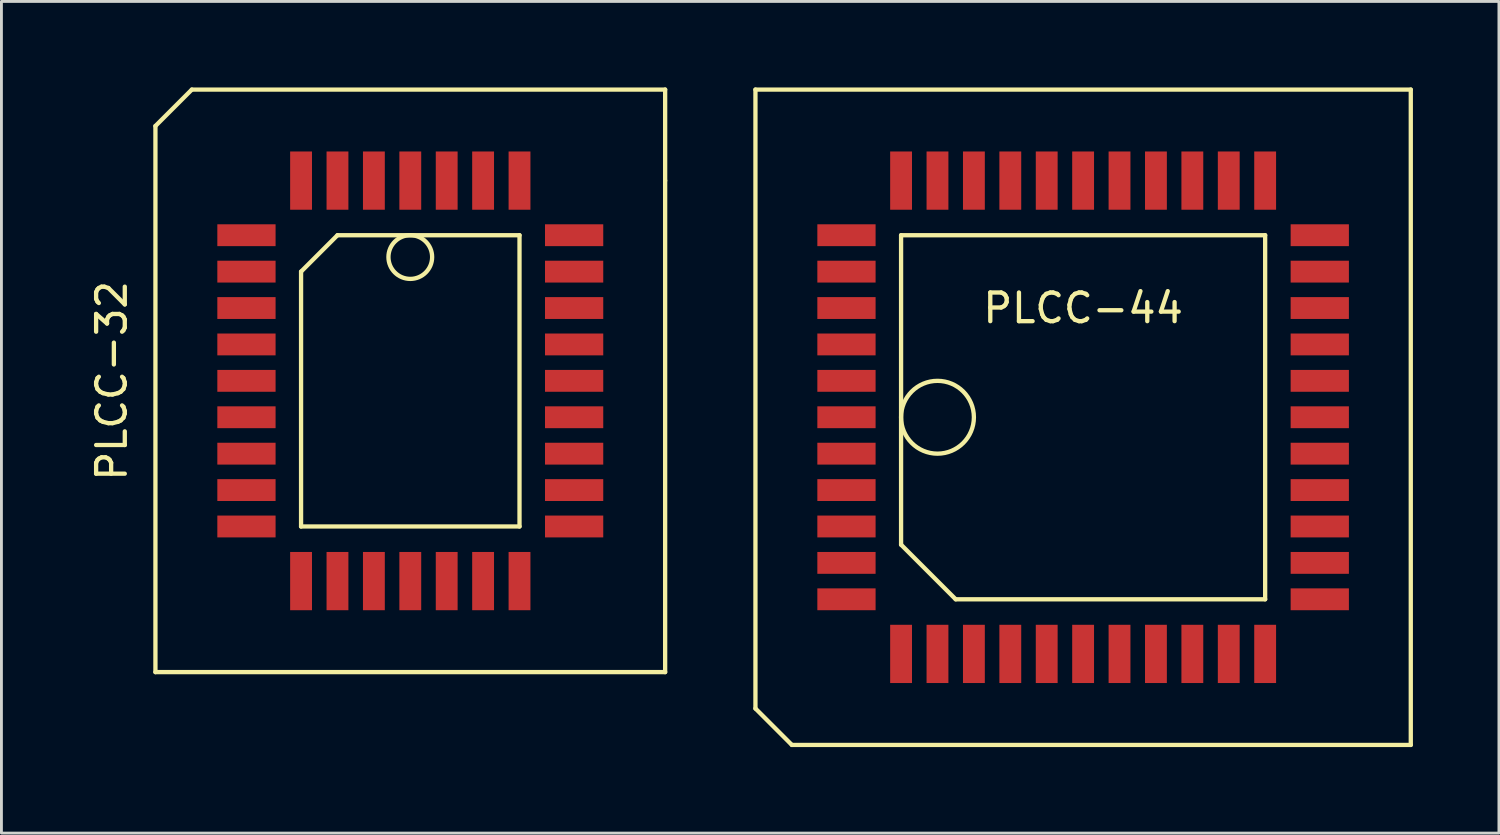
<source format=kicad_pcb>
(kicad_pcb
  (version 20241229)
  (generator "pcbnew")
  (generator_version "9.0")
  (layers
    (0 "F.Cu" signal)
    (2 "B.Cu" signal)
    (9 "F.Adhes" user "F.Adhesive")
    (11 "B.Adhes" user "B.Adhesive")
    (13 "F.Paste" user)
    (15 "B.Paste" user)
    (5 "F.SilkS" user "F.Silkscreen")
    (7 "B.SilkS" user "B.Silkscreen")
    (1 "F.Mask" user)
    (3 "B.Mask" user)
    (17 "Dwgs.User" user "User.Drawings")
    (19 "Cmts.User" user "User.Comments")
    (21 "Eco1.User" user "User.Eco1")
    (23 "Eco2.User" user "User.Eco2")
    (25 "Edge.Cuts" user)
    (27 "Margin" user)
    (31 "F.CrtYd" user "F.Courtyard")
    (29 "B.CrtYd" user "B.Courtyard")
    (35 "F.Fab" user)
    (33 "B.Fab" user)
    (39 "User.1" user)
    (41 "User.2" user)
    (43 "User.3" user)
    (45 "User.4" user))
  (footprint "PLCC-44"
    (layer "F.Cu")
    (at 34.732 11.505)
    (property "Reference" "PLCC-44" (at 0 -3.807 0) (layer "F.SilkS") (effects (font (size 1 1) (thickness 0.15))))
    (attr smd)
    (fp_line (start -11.43 -11.43) (end -11.43 10.16) (stroke (width 0.15) (type solid)) (layer "F.SilkS"))
    (fp_line (start -11.43 10.16) (end -10.16 11.43) (stroke (width 0.15) (type solid)) (layer "F.SilkS"))
    (fp_line (start -10.16 11.43) (end 11.43 11.43) (stroke (width 0.15) (type solid)) (layer "F.SilkS"))
    (fp_line (start -6.35 -6.35) (end 6.35 -6.35) (stroke (width 0.15) (type solid)) (layer "F.SilkS"))
    (fp_line (start -6.35 4.445) (end -6.35 -6.35) (stroke (width 0.15) (type solid)) (layer "F.SilkS"))
    (fp_line (start -4.445 6.35) (end -6.35 4.445) (stroke (width 0.15) (type solid)) (layer "F.SilkS"))
    (fp_line (start -4.445 6.35) (end 6.35 6.35) (stroke (width 0.15) (type solid)) (layer "F.SilkS"))
    (fp_line (start 6.35 -6.35) (end 6.35 6.35) (stroke (width 0.15) (type solid)) (layer "F.SilkS"))
    (fp_line (start 11.43 -11.43) (end -11.43 -11.43) (stroke (width 0.15) (type solid)) (layer "F.SilkS"))
    (fp_line (start 11.43 11.43) (end 11.43 -11.43) (stroke (width 0.15) (type solid)) (layer "F.SilkS"))
    (fp_circle (center -5.08 0) (end -6.35 0) (stroke (width 0.15) (type solid)) (fill no) (layer "F.SilkS"))
    (pad "1" smd rect (at -8.255 0) (size 2.032 0.762) (layers "F.Cu" "F.Mask" "F.Paste"))
    (pad "2" smd rect (at -8.255 1.27) (size 2.032 0.762) (layers "F.Cu" "F.Mask" "F.Paste"))
    (pad "3" smd rect (at -8.255 2.54) (size 2.032 0.762) (layers "F.Cu" "F.Mask" "F.Paste"))
    (pad "4" smd rect (at -8.255 3.81) (size 2.032 0.762) (layers "F.Cu" "F.Mask" "F.Paste"))
    (pad "5" smd rect (at -8.255 5.08) (size 2.032 0.762) (layers "F.Cu" "F.Mask" "F.Paste"))
    (pad "6" smd rect (at -8.255 6.35) (size 2.032 0.762) (layers "F.Cu" "F.Mask" "F.Paste"))
    (pad "7" smd rect (at -6.35 8.255) (size 0.762 2.032) (layers "F.Cu" "F.Mask" "F.Paste"))
    (pad "8" smd rect (at -5.08 8.255) (size 0.762 2.032) (layers "F.Cu" "F.Mask" "F.Paste"))
    (pad "9" smd rect (at -3.81 8.255) (size 0.762 2.032) (layers "F.Cu" "F.Mask" "F.Paste"))
    (pad "10" smd rect (at -2.54 8.255) (size 0.762 2.032) (layers "F.Cu" "F.Mask" "F.Paste"))
    (pad "11" smd rect (at -1.27 8.255) (size 0.762 2.032) (layers "F.Cu" "F.Mask" "F.Paste"))
    (pad "12" smd rect (at 0 8.255) (size 0.762 2.032) (layers "F.Cu" "F.Mask" "F.Paste"))
    (pad "13" smd rect (at 1.27 8.255) (size 0.762 2.032) (layers "F.Cu" "F.Mask" "F.Paste"))
    (pad "14" smd rect (at 2.54 8.255) (size 0.762 2.032) (layers "F.Cu" "F.Mask" "F.Paste"))
    (pad "15" smd rect (at 3.81 8.255) (size 0.762 2.032) (layers "F.Cu" "F.Mask" "F.Paste"))
    (pad "16" smd rect (at 5.08 8.255) (size 0.762 2.032) (layers "F.Cu" "F.Mask" "F.Paste"))
    (pad "17" smd rect (at 6.35 8.255) (size 0.762 2.032) (layers "F.Cu" "F.Mask" "F.Paste"))
    (pad "18" smd rect (at 8.255 6.35) (size 2.032 0.762) (layers "F.Cu" "F.Mask" "F.Paste"))
    (pad "19" smd rect (at 8.255 5.08) (size 2.032 0.762) (layers "F.Cu" "F.Mask" "F.Paste"))
    (pad "20" smd rect (at 8.255 3.81) (size 2.032 0.762) (layers "F.Cu" "F.Mask" "F.Paste"))
    (pad "21" smd rect (at 8.255 2.54) (size 2.032 0.762) (layers "F.Cu" "F.Mask" "F.Paste"))
    (pad "22" smd rect (at 8.255 1.27) (size 2.032 0.762) (layers "F.Cu" "F.Mask" "F.Paste"))
    (pad "23" smd rect (at 8.255 0) (size 2.032 0.762) (layers "F.Cu" "F.Mask" "F.Paste"))
    (pad "24" smd rect (at 8.255 -1.27) (size 2.032 0.762) (layers "F.Cu" "F.Mask" "F.Paste"))
    (pad "25" smd rect (at 8.255 -2.54) (size 2.032 0.762) (layers "F.Cu" "F.Mask" "F.Paste"))
    (pad "26" smd rect (at 8.255 -3.81) (size 2.032 0.762) (layers "F.Cu" "F.Mask" "F.Paste"))
    (pad "27" smd rect (at 8.255 -5.08) (size 2.032 0.762) (layers "F.Cu" "F.Mask" "F.Paste"))
    (pad "28" smd rect (at 8.255 -6.35) (size 2.032 0.762) (layers "F.Cu" "F.Mask" "F.Paste"))
    (pad "29" smd rect (at 6.35 -8.255) (size 0.762 2.032) (layers "F.Cu" "F.Mask" "F.Paste"))
    (pad "30" smd rect (at 5.08 -8.255) (size 0.762 2.032) (layers "F.Cu" "F.Mask" "F.Paste"))
    (pad "31" smd rect (at 3.81 -8.255) (size 0.762 2.032) (layers "F.Cu" "F.Mask" "F.Paste"))
    (pad "32" smd rect (at 2.54 -8.255) (size 0.762 2.032) (layers "F.Cu" "F.Mask" "F.Paste"))
    (pad "33" smd rect (at 1.27 -8.255) (size 0.762 2.032) (layers "F.Cu" "F.Mask" "F.Paste"))
    (pad "34" smd rect (at 0 -8.255) (size 0.762 2.032) (layers "F.Cu" "F.Mask" "F.Paste"))
    (pad "35" smd rect (at -1.27 -8.255) (size 0.762 2.032) (layers "F.Cu" "F.Mask" "F.Paste"))
    (pad "36" smd rect (at -2.54 -8.255) (size 0.762 2.032) (layers "F.Cu" "F.Mask" "F.Paste"))
    (pad "37" smd rect (at -3.81 -8.255) (size 0.762 2.032) (layers "F.Cu" "F.Mask" "F.Paste"))
    (pad "38" smd rect (at -5.08 -8.255) (size 0.762 2.032) (layers "F.Cu" "F.Mask" "F.Paste"))
    (pad "39" smd rect (at -6.35 -8.255) (size 0.762 2.032) (layers "F.Cu" "F.Mask" "F.Paste"))
    (pad "40" smd rect (at -8.255 -6.35) (size 2.032 0.762) (layers "F.Cu" "F.Mask" "F.Paste"))
    (pad "41" smd rect (at -8.255 -5.08) (size 2.032 0.762) (layers "F.Cu" "F.Mask" "F.Paste"))
    (pad "42" smd rect (at -8.255 -3.81) (size 2.032 0.762) (layers "F.Cu" "F.Mask" "F.Paste"))
    (pad "43" smd rect (at -8.255 -2.54) (size 2.032 0.762) (layers "F.Cu" "F.Mask" "F.Paste"))
    (pad "44" smd rect (at -8.255 -1.27) (size 2.032 0.762) (layers "F.Cu" "F.Mask" "F.Paste")))
  (footprint "PLCC-32"
    (layer "F.Cu")
    (at 11.262 10.235)
    (property "Reference" "PLCC-32" (at -10.414 0 90) (layer "F.SilkS") (effects (font (size 1 1) (thickness 0.15))))
    (attr smd)
    (fp_line (start -8.89 -8.89) (end -7.62 -10.16) (stroke (width 0.15) (type solid)) (layer "F.SilkS"))
    (fp_line (start -8.89 10.16) (end -8.89 -8.89) (stroke (width 0.15) (type solid)) (layer "F.SilkS"))
    (fp_line (start -7.62 -10.16) (end 8.89 -10.16) (stroke (width 0.15) (type solid)) (layer "F.SilkS"))
    (fp_line (start -3.81 -3.81) (end -3.81 5.08) (stroke (width 0.15) (type solid)) (layer "F.SilkS"))
    (fp_line (start -3.81 5.08) (end 3.81 5.08) (stroke (width 0.15) (type solid)) (layer "F.SilkS"))
    (fp_line (start -2.54 -5.08) (end -3.81 -3.81) (stroke (width 0.15) (type solid)) (layer "F.SilkS"))
    (fp_line (start 3.81 -5.08) (end -2.54 -5.08) (stroke (width 0.15) (type solid)) (layer "F.SilkS"))
    (fp_line (start 3.81 5.08) (end 3.81 -5.08) (stroke (width 0.15) (type solid)) (layer "F.SilkS"))
    (fp_line (start 8.89 -10.16) (end 8.89 -6.985) (stroke (width 0.15) (type solid)) (layer "F.SilkS"))
    (fp_line (start 8.89 -6.985) (end 8.89 10.16) (stroke (width 0.15) (type solid)) (layer "F.SilkS"))
    (fp_line (start 8.89 10.16) (end -8.89 10.16) (stroke (width 0.15) (type solid)) (layer "F.SilkS"))
    (fp_circle (center 0 -4.318) (end 0 -5.08) (stroke (width 0.15) (type solid)) (fill no) (layer "F.SilkS"))
    (pad "1" smd rect (at 0 -6.985) (size 0.762 2.032) (layers "F.Cu" "F.Mask" "F.Paste"))
    (pad "2" smd rect (at -1.27 -6.985) (size 0.762 2.032) (layers "F.Cu" "F.Mask" "F.Paste"))
    (pad "3" smd rect (at -2.54 -6.985) (size 0.762 2.032) (layers "F.Cu" "F.Mask" "F.Paste"))
    (pad "4" smd rect (at -3.81 -6.985) (size 0.762 2.032) (layers "F.Cu" "F.Mask" "F.Paste"))
    (pad "5" smd rect (at -5.715 -5.08) (size 2.032 0.762) (layers "F.Cu" "F.Mask" "F.Paste"))
    (pad "6" smd rect (at -5.715 -3.81) (size 2.032 0.762) (layers "F.Cu" "F.Mask" "F.Paste"))
    (pad "7" smd rect (at -5.715 -2.54) (size 2.032 0.762) (layers "F.Cu" "F.Mask" "F.Paste"))
    (pad "8" smd rect (at -5.715 -1.27) (size 2.032 0.762) (layers "F.Cu" "F.Mask" "F.Paste"))
    (pad "9" smd rect (at -5.715 0) (size 2.032 0.762) (layers "F.Cu" "F.Mask" "F.Paste"))
    (pad "10" smd rect (at -5.715 1.27) (size 2.032 0.762) (layers "F.Cu" "F.Mask" "F.Paste"))
    (pad "11" smd rect (at -5.715 2.54) (size 2.032 0.762) (layers "F.Cu" "F.Mask" "F.Paste"))
    (pad "12" smd rect (at -5.715 3.81) (size 2.032 0.762) (layers "F.Cu" "F.Mask" "F.Paste"))
    (pad "13" smd rect (at -5.715 5.08) (size 2.032 0.762) (layers "F.Cu" "F.Mask" "F.Paste"))
    (pad "14" smd rect (at -3.81 6.985) (size 0.762 2.032) (layers "F.Cu" "F.Mask" "F.Paste"))
    (pad "15" smd rect (at -2.54 6.985) (size 0.762 2.032) (layers "F.Cu" "F.Mask" "F.Paste"))
    (pad "16" smd rect (at -1.27 6.985) (size 0.762 2.032) (layers "F.Cu" "F.Mask" "F.Paste"))
    (pad "17" smd rect (at 0 6.985) (size 0.762 2.032) (layers "F.Cu" "F.Mask" "F.Paste"))
    (pad "18" smd rect (at 1.27 6.985) (size 0.762 2.032) (layers "F.Cu" "F.Mask" "F.Paste"))
    (pad "19" smd rect (at 2.54 6.985) (size 0.762 2.032) (layers "F.Cu" "F.Mask" "F.Paste"))
    (pad "20" smd rect (at 3.81 6.985) (size 0.762 2.032) (layers "F.Cu" "F.Mask" "F.Paste"))
    (pad "21" smd rect (at 5.715 5.08) (size 2.032 0.762) (layers "F.Cu" "F.Mask" "F.Paste"))
    (pad "22" smd rect (at 5.715 3.81) (size 2.032 0.762) (layers "F.Cu" "F.Mask" "F.Paste"))
    (pad "23" smd rect (at 5.715 2.54) (size 2.032 0.762) (layers "F.Cu" "F.Mask" "F.Paste"))
    (pad "24" smd rect (at 5.715 1.27) (size 2.032 0.762) (layers "F.Cu" "F.Mask" "F.Paste"))
    (pad "25" smd rect (at 5.715 0) (size 2.032 0.762) (layers "F.Cu" "F.Mask" "F.Paste"))
    (pad "26" smd rect (at 5.715 -1.27) (size 2.032 0.762) (layers "F.Cu" "F.Mask" "F.Paste"))
    (pad "27" smd rect (at 5.715 -2.54) (size 2.032 0.762) (layers "F.Cu" "F.Mask" "F.Paste"))
    (pad "28" smd rect (at 5.715 -3.81) (size 2.032 0.762) (layers "F.Cu" "F.Mask" "F.Paste"))
    (pad "29" smd rect (at 5.715 -5.08) (size 2.032 0.762) (layers "F.Cu" "F.Mask" "F.Paste"))
    (pad "30" smd rect (at 3.81 -6.985) (size 0.762 2.032) (layers "F.Cu" "F.Mask" "F.Paste"))
    (pad "31" smd rect (at 2.54 -6.985) (size 0.762 2.032) (layers "F.Cu" "F.Mask" "F.Paste"))
    (pad "32" smd rect (at 1.27 -6.985) (size 0.762 2.032) (layers "F.Cu" "F.Mask" "F.Paste")))
  (gr_rect
    (start -3 -3)
    (end 49.237 26.01)
    (stroke (width 0.1) (type default))
    (fill no)
    (layer "Edge.Cuts")))
</source>
